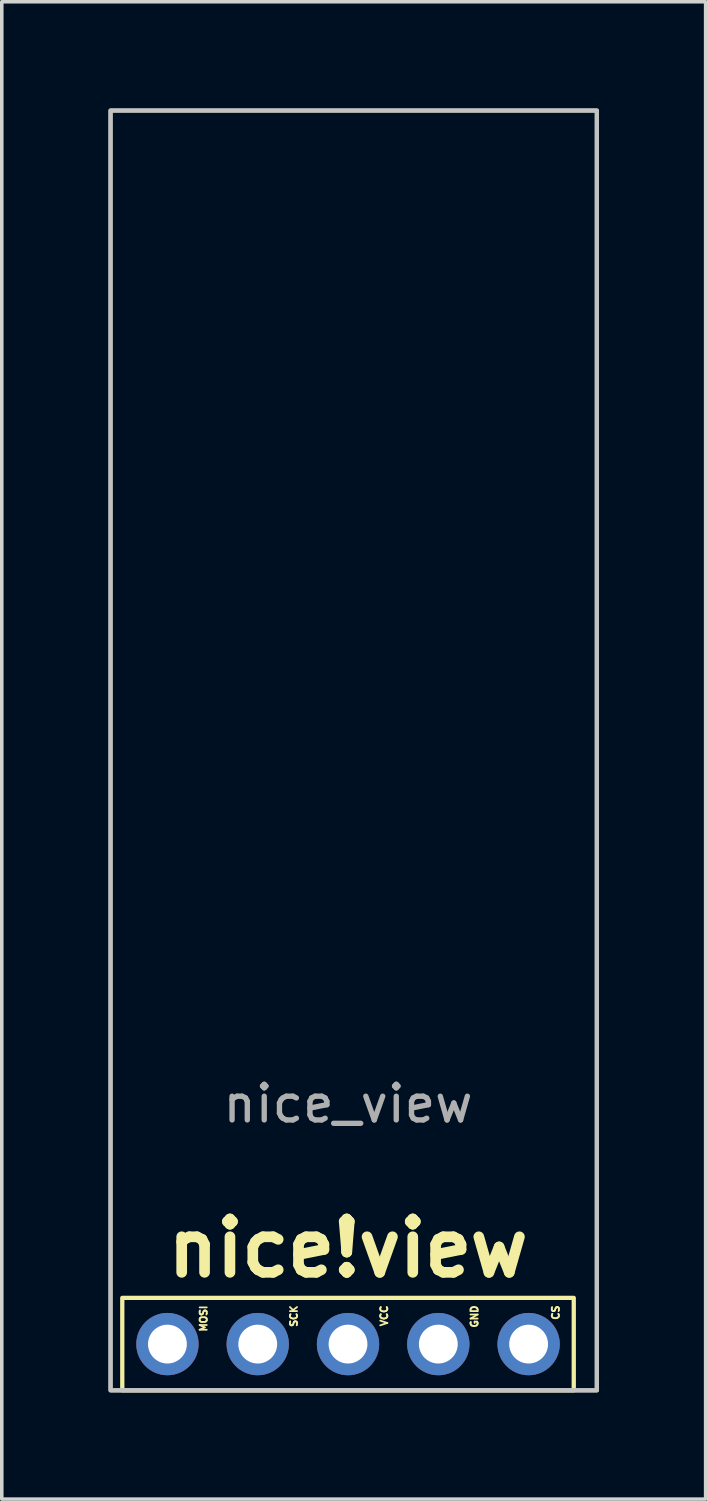
<source format=kicad_pcb>
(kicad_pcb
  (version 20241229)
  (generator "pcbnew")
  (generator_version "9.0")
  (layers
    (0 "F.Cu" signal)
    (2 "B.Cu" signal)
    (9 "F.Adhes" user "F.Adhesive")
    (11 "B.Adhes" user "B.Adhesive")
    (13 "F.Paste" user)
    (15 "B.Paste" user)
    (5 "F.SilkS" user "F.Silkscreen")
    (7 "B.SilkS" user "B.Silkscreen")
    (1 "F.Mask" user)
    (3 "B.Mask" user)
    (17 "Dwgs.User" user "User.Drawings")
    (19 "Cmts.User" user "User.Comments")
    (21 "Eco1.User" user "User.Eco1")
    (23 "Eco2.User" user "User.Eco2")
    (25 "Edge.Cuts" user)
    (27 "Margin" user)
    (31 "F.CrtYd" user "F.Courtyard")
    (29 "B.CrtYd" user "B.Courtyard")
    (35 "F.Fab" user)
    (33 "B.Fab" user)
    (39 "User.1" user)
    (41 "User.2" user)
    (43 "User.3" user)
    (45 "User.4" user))
  (footprint "nice_view"
    (layer "F.Cu")
    (at 6.74 19.236)
    (property "Reference" "nice_view" (at 0 8.763 0) (unlocked yes) (layer "F.Fab") (effects (font (size 1 1) (thickness 0.15))))
    (attr through_hole)
    (fp_rect (start -6.35 14.224) (end 6.35 16.824) (stroke (width 0.12) (type solid)) (fill no) (layer "F.SilkS"))
    (fp_rect (start 7 16.824) (end -6.68 -19.176) (stroke (width 0.12) (type solid)) (fill no) (layer "Dwgs.User"))
    (fp_rect (start 7 16.824) (end -6.68 -19.176) (stroke (width 0.12) (type solid)) (fill no) (layer "F.Fab"))
    (fp_text user "nice!view" (at 0 12.827 0) (unlocked yes) (layer "F.SilkS") (effects (font (size 1.5 1.5) (thickness 0.3))))
    (fp_text user "SCK" (at -1.524 14.411 90) (unlocked yes) (layer "F.SilkS") (effects (font (size 0.2 0.2) (thickness 0.05)) (justify right)))
    (fp_text user "GND" (at 3.556 14.411 90) (unlocked yes) (layer "F.SilkS") (effects (font (size 0.2 0.2) (thickness 0.05)) (justify right)))
    (fp_text user "CS" (at 5.842 14.411 90) (unlocked yes) (layer "F.SilkS") (effects (font (size 0.2 0.2) (thickness 0.05)) (justify right)))
    (fp_text user "VCC" (at 1.016 14.411 90) (unlocked yes) (layer "F.SilkS") (effects (font (size 0.2 0.2) (thickness 0.05)) (justify right)))
    (fp_text user "MOSI" (at -4.064 14.411 90) (unlocked yes) (layer "F.SilkS") (effects (font (size 0.2 0.2) (thickness 0.05)) (justify right)))
    (pad "1" thru_hole circle (at -5.08 15.524) (size 1.753 1.753) (drill 1.092) (layers "*.Cu" "*.Mask"))
    (pad "2" thru_hole circle (at -2.54 15.524) (size 1.753 1.753) (drill 1.092) (layers "*.Cu" "*.Mask"))
    (pad "3" thru_hole circle (at 0 15.524) (size 1.753 1.753) (drill 1.092) (layers "*.Cu" "*.Mask"))
    (pad "4" thru_hole circle (at 2.54 15.524) (size 1.753 1.753) (drill 1.092) (layers "*.Cu" "*.Mask"))
    (pad "5" thru_hole circle (at 5.08 15.524) (size 1.753 1.753) (drill 1.092) (layers "*.Cu" "*.Mask")))
  (gr_rect
    (start -3 -3)
    (end 16.8 39.12)
    (stroke (width 0.1) (type default))
    (fill no)
    (layer "Edge.Cuts")))
</source>
